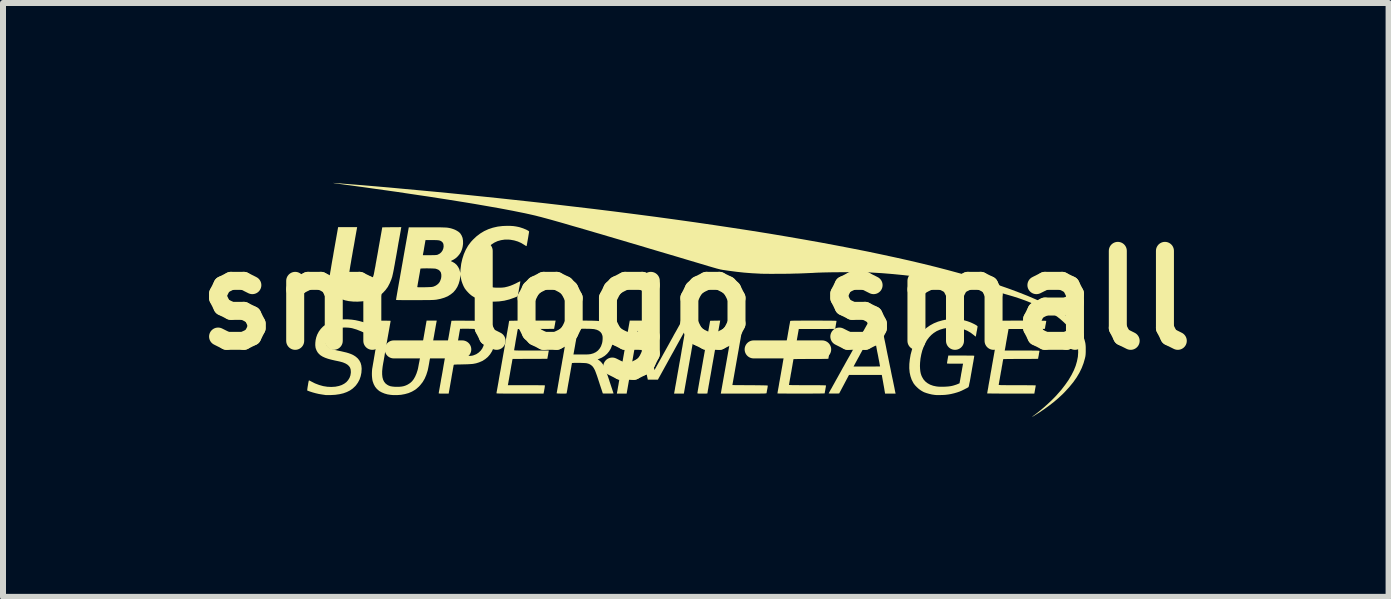
<source format=kicad_pcb>
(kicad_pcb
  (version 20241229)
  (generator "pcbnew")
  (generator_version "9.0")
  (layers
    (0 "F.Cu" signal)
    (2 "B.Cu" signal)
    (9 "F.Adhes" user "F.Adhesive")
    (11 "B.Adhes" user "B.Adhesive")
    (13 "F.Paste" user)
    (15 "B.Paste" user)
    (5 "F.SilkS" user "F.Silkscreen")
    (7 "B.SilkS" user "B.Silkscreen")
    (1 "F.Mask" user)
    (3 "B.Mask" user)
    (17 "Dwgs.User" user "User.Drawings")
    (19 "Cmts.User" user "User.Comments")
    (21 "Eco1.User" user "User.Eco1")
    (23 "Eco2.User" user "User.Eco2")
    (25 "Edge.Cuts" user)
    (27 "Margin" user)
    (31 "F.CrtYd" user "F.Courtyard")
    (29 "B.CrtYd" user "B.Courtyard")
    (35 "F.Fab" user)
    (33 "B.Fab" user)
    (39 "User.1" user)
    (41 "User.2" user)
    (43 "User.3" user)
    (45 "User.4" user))
  (footprint "sm_logo_small"
    (layer "F.Cu")
    (at 8.55 1.954)
    (property "Reference" "sm_logo_small" (at 0 0 0) (layer "F.SilkS") (effects (font (size 1.5 1.5) (thickness 0.3))))
    (attr board_only exclude_from_pos_files exclude_from_bom)
    (fp_poly (pts (xy 0.798 0.351) (xy 0.797 0.357) (xy 0.794 0.37) (xy 0.791 0.391) (xy 0.786 0.42) (xy 0.78 0.454) (xy 0.772 0.495) (xy 0.764 0.541) (xy 0.755 0.592) (xy 0.746 0.647) (xy 0.735 0.706) (xy 0.724 0.768) (xy 0.713 0.833) (xy 0.703 0.888) (xy 0.61 1.416) (xy 0.906 1.418) (xy 0.964 1.418) (xy 1.015 1.419) (xy 1.058 1.419) (xy 1.094 1.42) (xy 1.123 1.42) (xy 1.147 1.421) (xy 1.165 1.421) (xy 1.179 1.422) (xy 1.189 1.423) (xy 1.196 1.424) (xy 1.199 1.425) (xy 1.2 1.426) (xy 1.201 1.427) (xy 1.199 1.436) (xy 1.197 1.451) (xy 1.194 1.47) (xy 1.19 1.49) (xy 1.186 1.511) (xy 1.183 1.529) (xy 1.181 1.543) (xy 1.179 1.55) (xy 1.179 1.55) (xy 1.178 1.552) (xy 1.176 1.553) (xy 1.173 1.554) (xy 1.167 1.555) (xy 1.159 1.555) (xy 1.148 1.556) (xy 1.132 1.557) (xy 1.113 1.557) (xy 1.088 1.557) (xy 1.058 1.558) (xy 1.023 1.558) (xy 0.98 1.558) (xy 0.931 1.558) (xy 0.874 1.558) (xy 0.809 1.558) (xy 0.797 1.558) (xy 0.417 1.558) (xy 0.525 0.95) (xy 0.632 0.341) (xy 0.716 0.341) (xy 0.8 0.341)) (stroke (width 0) (type solid)) (fill yes) (layer "F.SilkS"))
    (fp_poly (pts (xy 0.405 0.351) (xy 0.404 0.356) (xy 0.402 0.37) (xy 0.398 0.39) (xy 0.393 0.418) (xy 0.387 0.451) (xy 0.38 0.491) (xy 0.372 0.535) (xy 0.364 0.583) (xy 0.354 0.635) (xy 0.345 0.691) (xy 0.334 0.749) (xy 0.324 0.809) (xy 0.313 0.871) (xy 0.302 0.933) (xy 0.291 0.995) (xy 0.28 1.057) (xy 0.269 1.118) (xy 0.259 1.178) (xy 0.249 1.235) (xy 0.239 1.29) (xy 0.23 1.341) (xy 0.222 1.388) (xy 0.214 1.43) (xy 0.208 1.468) (xy 0.202 1.499) (xy 0.198 1.525) (xy 0.195 1.543) (xy 0.193 1.553) (xy 0.193 1.556) (xy 0.188 1.557) (xy 0.177 1.557) (xy 0.159 1.558) (xy 0.137 1.558) (xy 0.111 1.558) (xy 0.109 1.558) (xy 0.08 1.558) (xy 0.059 1.558) (xy 0.044 1.557) (xy 0.035 1.556) (xy 0.029 1.555) (xy 0.027 1.553) (xy 0.027 1.55) (xy 0.027 1.545) (xy 0.03 1.532) (xy 0.033 1.511) (xy 0.038 1.483) (xy 0.044 1.448) (xy 0.051 1.408) (xy 0.059 1.361) (xy 0.068 1.31) (xy 0.078 1.253) (xy 0.089 1.193) (xy 0.1 1.129) (xy 0.112 1.062) (xy 0.124 0.992) (xy 0.133 0.943) (xy 0.239 0.344) (xy 0.323 0.342) (xy 0.407 0.341)) (stroke (width 0) (type solid)) (fill yes) (layer "F.SilkS"))
    (fp_poly (pts (xy -4.912 -1.205) (xy -4.913 -1.199) (xy -4.916 -1.185) (xy -4.919 -1.163) (xy -4.924 -1.135) (xy -4.93 -1.101) (xy -4.937 -1.062) (xy -4.945 -1.018) (xy -4.954 -0.97) (xy -4.963 -0.919) (xy -4.972 -0.865) (xy -4.978 -0.831) (xy -4.99 -0.762) (xy -5.001 -0.701) (xy -5.011 -0.647) (xy -5.019 -0.599) (xy -5.027 -0.558) (xy -5.033 -0.523) (xy -5.039 -0.493) (xy -5.044 -0.467) (xy -5.049 -0.445) (xy -5.053 -0.426) (xy -5.057 -0.41) (xy -5.06 -0.395) (xy -5.064 -0.382) (xy -5.068 -0.37) (xy -5.072 -0.358) (xy -5.075 -0.348) (xy -5.103 -0.281) (xy -5.135 -0.22) (xy -5.174 -0.167) (xy -5.219 -0.119) (xy -5.269 -0.079) (xy -5.324 -0.045) (xy -5.386 -0.018) (xy -5.452 0.002) (xy -5.492 0.011) (xy -5.563 0.02) (xy -5.637 0.025) (xy -5.711 0.024) (xy -5.718 0.023) (xy -5.786 0.016) (xy -5.848 0.003) (xy -5.904 -0.016) (xy -5.953 -0.04) (xy -5.995 -0.07) (xy -6.03 -0.105) (xy -6.059 -0.146) (xy -6.081 -0.193) (xy -6.092 -0.23) (xy -6.097 -0.257) (xy -6.101 -0.29) (xy -6.104 -0.326) (xy -6.104 -0.362) (xy -6.103 -0.397) (xy -6.101 -0.418) (xy -6.1 -0.428) (xy -6.097 -0.446) (xy -6.093 -0.472) (xy -6.087 -0.504) (xy -6.081 -0.541) (xy -6.074 -0.584) (xy -6.066 -0.631) (xy -6.057 -0.682) (xy -6.047 -0.736) (xy -6.038 -0.792) (xy -6.03 -0.837) (xy -5.963 -1.217) (xy -5.804 -1.217) (xy -5.645 -1.217) (xy -5.648 -1.207) (xy -5.649 -1.201) (xy -5.651 -1.187) (xy -5.655 -1.166) (xy -5.66 -1.139) (xy -5.666 -1.105) (xy -5.673 -1.066) (xy -5.681 -1.022) (xy -5.689 -0.974) (xy -5.698 -0.922) (xy -5.708 -0.868) (xy -5.716 -0.825) (xy -5.728 -0.753) (xy -5.74 -0.688) (xy -5.749 -0.631) (xy -5.758 -0.582) (xy -5.765 -0.538) (xy -5.771 -0.5) (xy -5.776 -0.468) (xy -5.78 -0.44) (xy -5.782 -0.416) (xy -5.784 -0.396) (xy -5.785 -0.379) (xy -5.785 -0.364) (xy -5.785 -0.351) (xy -5.784 -0.339) (xy -5.782 -0.328) (xy -5.781 -0.323) (xy -5.772 -0.29) (xy -5.757 -0.262) (xy -5.736 -0.241) (xy -5.71 -0.226) (xy -5.677 -0.216) (xy -5.637 -0.211) (xy -5.615 -0.21) (xy -5.568 -0.213) (xy -5.526 -0.222) (xy -5.49 -0.237) (xy -5.458 -0.259) (xy -5.43 -0.288) (xy -5.407 -0.324) (xy -5.388 -0.367) (xy -5.371 -0.419) (xy -5.367 -0.435) (xy -5.365 -0.447) (xy -5.361 -0.467) (xy -5.356 -0.494) (xy -5.35 -0.527) (xy -5.342 -0.565) (xy -5.335 -0.609) (xy -5.326 -0.657) (xy -5.317 -0.708) (xy -5.307 -0.762) (xy -5.297 -0.818) (xy -5.292 -0.849) (xy -5.227 -1.214) (xy -5.068 -1.216) (xy -4.909 -1.217)) (stroke (width 0) (type solid)) (fill yes) (layer "F.SilkS"))
    (fp_poly (pts (xy 3.04 0.342) (xy 3.057 0.342) (xy 3.069 0.343) (xy 3.076 0.344) (xy 3.08 0.345) (xy 3.082 0.348) (xy 3.083 0.351) (xy 3.083 0.351) (xy 3.084 0.357) (xy 3.087 0.37) (xy 3.091 0.391) (xy 3.097 0.419) (xy 3.104 0.454) (xy 3.113 0.495) (xy 3.122 0.541) (xy 3.133 0.592) (xy 3.144 0.648) (xy 3.157 0.708) (xy 3.17 0.772) (xy 3.183 0.839) (xy 3.197 0.908) (xy 3.206 0.95) (xy 3.22 1.02) (xy 3.234 1.088) (xy 3.248 1.154) (xy 3.26 1.216) (xy 3.272 1.274) (xy 3.284 1.329) (xy 3.294 1.378) (xy 3.303 1.422) (xy 3.311 1.46) (xy 3.317 1.492) (xy 3.322 1.518) (xy 3.326 1.536) (xy 3.328 1.546) (xy 3.329 1.548) (xy 3.331 1.558) (xy 3.244 1.558) (xy 3.156 1.558) (xy 3.151 1.531) (xy 3.149 1.519) (xy 3.146 1.501) (xy 3.142 1.476) (xy 3.137 1.447) (xy 3.131 1.415) (xy 3.125 1.381) (xy 3.124 1.375) (xy 3.101 1.247) (xy 2.827 1.247) (xy 2.554 1.247) (xy 2.472 1.402) (xy 2.39 1.556) (xy 2.302 1.557) (xy 2.271 1.557) (xy 2.247 1.557) (xy 2.229 1.556) (xy 2.218 1.555) (xy 2.215 1.554) (xy 2.217 1.55) (xy 2.224 1.538) (xy 2.234 1.52) (xy 2.247 1.495) (xy 2.265 1.465) (xy 2.285 1.428) (xy 2.308 1.387) (xy 2.333 1.341) (xy 2.362 1.29) (xy 2.392 1.236) (xy 2.424 1.178) (xy 2.458 1.116) (xy 2.464 1.107) (xy 2.63 1.107) (xy 2.851 1.107) (xy 2.894 1.107) (xy 2.934 1.107) (xy 2.971 1.107) (xy 3.003 1.106) (xy 3.03 1.106) (xy 3.051 1.106) (xy 3.065 1.105) (xy 3.072 1.105) (xy 3.072 1.104) (xy 3.071 1.1) (xy 3.069 1.087) (xy 3.065 1.068) (xy 3.061 1.043) (xy 3.055 1.012) (xy 3.048 0.978) (xy 3.041 0.939) (xy 3.033 0.898) (xy 3.024 0.856) (xy 3.016 0.812) (xy 3.008 0.768) (xy 2.999 0.725) (xy 2.991 0.684) (xy 2.984 0.645) (xy 2.977 0.609) (xy 2.97 0.578) (xy 2.965 0.551) (xy 2.961 0.53) (xy 2.958 0.516) (xy 2.957 0.509) (xy 2.957 0.509) (xy 2.955 0.513) (xy 2.949 0.523) (xy 2.939 0.54) (xy 2.927 0.563) (xy 2.912 0.59) (xy 2.895 0.621) (xy 2.876 0.656) (xy 2.855 0.694) (xy 2.833 0.734) (xy 2.811 0.775) (xy 2.788 0.816) (xy 2.765 0.858) (xy 2.743 0.898) (xy 2.722 0.938) (xy 2.701 0.975) (xy 2.683 1.009) (xy 2.666 1.04) (xy 2.653 1.064) (xy 2.63 1.107) (xy 2.464 1.107) (xy 2.494 1.052) (xy 2.531 0.986) (xy 2.554 0.946) (xy 2.891 0.342) (xy 2.986 0.342) (xy 3.017 0.341)) (stroke (width 0) (type solid)) (fill yes) (layer "F.SilkS"))
    (fp_poly (pts (xy -4.321 0.353) (xy -4.322 0.359) (xy -4.325 0.373) (xy -4.329 0.395) (xy -4.334 0.423) (xy -4.34 0.457) (xy -4.347 0.497) (xy -4.355 0.541) (xy -4.363 0.589) (xy -4.373 0.642) (xy -4.382 0.697) (xy -4.392 0.751) (xy -4.402 0.808) (xy -4.412 0.865) (xy -4.422 0.919) (xy -4.431 0.969) (xy -4.44 1.016) (xy -4.447 1.058) (xy -4.454 1.096) (xy -4.46 1.127) (xy -4.465 1.151) (xy -4.469 1.169) (xy -4.471 1.177) (xy -4.493 1.246) (xy -4.52 1.309) (xy -4.553 1.365) (xy -4.593 1.416) (xy -4.618 1.443) (xy -4.636 1.459) (xy -4.655 1.476) (xy -4.673 1.49) (xy -4.682 1.496) (xy -4.732 1.525) (xy -4.788 1.549) (xy -4.849 1.566) (xy -4.914 1.578) (xy -4.982 1.583) (xy -5.051 1.582) (xy -5.087 1.579) (xy -5.139 1.571) (xy -5.189 1.557) (xy -5.235 1.538) (xy -5.275 1.516) (xy -5.283 1.51) (xy -5.318 1.479) (xy -5.347 1.443) (xy -5.37 1.4) (xy -5.387 1.352) (xy -5.392 1.329) (xy -5.396 1.299) (xy -5.399 1.265) (xy -5.4 1.229) (xy -5.399 1.194) (xy -5.397 1.163) (xy -5.396 1.153) (xy -5.395 1.144) (xy -5.392 1.127) (xy -5.388 1.104) (xy -5.383 1.074) (xy -5.377 1.04) (xy -5.37 1) (xy -5.363 0.957) (xy -5.355 0.911) (xy -5.347 0.863) (xy -5.338 0.812) (xy -5.329 0.761) (xy -5.32 0.71) (xy -5.311 0.659) (xy -5.302 0.61) (xy -5.294 0.562) (xy -5.286 0.518) (xy -5.279 0.476) (xy -5.272 0.439) (xy -5.266 0.407) (xy -5.261 0.381) (xy -5.258 0.361) (xy -5.255 0.348) (xy -5.254 0.342) (xy -5.254 0.342) (xy -5.249 0.342) (xy -5.238 0.342) (xy -5.22 0.342) (xy -5.197 0.342) (xy -5.171 0.342) (xy -5.17 0.342) (xy -5.087 0.344) (xy -5.152 0.709) (xy -5.162 0.766) (xy -5.171 0.821) (xy -5.181 0.874) (xy -5.189 0.924) (xy -5.197 0.97) (xy -5.204 1.012) (xy -5.211 1.048) (xy -5.216 1.078) (xy -5.22 1.102) (xy -5.222 1.118) (xy -5.223 1.124) (xy -5.229 1.184) (xy -5.229 1.238) (xy -5.224 1.285) (xy -5.213 1.326) (xy -5.196 1.36) (xy -5.174 1.388) (xy -5.171 1.39) (xy -5.147 1.409) (xy -5.12 1.424) (xy -5.09 1.435) (xy -5.054 1.441) (xy -5.011 1.445) (xy -4.982 1.445) (xy -4.938 1.444) (xy -4.9 1.44) (xy -4.866 1.433) (xy -4.834 1.422) (xy -4.804 1.408) (xy -4.766 1.384) (xy -4.732 1.354) (xy -4.703 1.317) (xy -4.678 1.273) (xy -4.656 1.222) (xy -4.637 1.163) (xy -4.635 1.154) (xy -4.632 1.143) (xy -4.628 1.123) (xy -4.623 1.096) (xy -4.617 1.063) (xy -4.609 1.024) (xy -4.601 0.98) (xy -4.592 0.932) (xy -4.583 0.88) (xy -4.573 0.825) (xy -4.563 0.768) (xy -4.555 0.723) (xy -4.488 0.341) (xy -4.403 0.341) (xy -4.319 0.341)) (stroke (width 0) (type solid)) (fill yes) (layer "F.SilkS"))
    (fp_poly (pts (xy -2.339 0.353) (xy -2.341 0.362) (xy -2.344 0.378) (xy -2.347 0.397) (xy -2.351 0.42) (xy -2.352 0.422) (xy -2.362 0.479) (xy -2.664 0.48) (xy -2.967 0.481) (xy -2.969 0.491) (xy -2.971 0.5) (xy -2.974 0.515) (xy -2.978 0.537) (xy -2.982 0.563) (xy -2.987 0.592) (xy -2.993 0.625) (xy -2.999 0.658) (xy -3.005 0.691) (xy -3.01 0.724) (xy -3.015 0.754) (xy -3.02 0.781) (xy -3.024 0.804) (xy -3.027 0.821) (xy -3.028 0.831) (xy -3.028 0.833) (xy -3.028 0.834) (xy -3.026 0.836) (xy -3.022 0.837) (xy -3.015 0.838) (xy -3.005 0.838) (xy -2.991 0.839) (xy -2.972 0.839) (xy -2.948 0.84) (xy -2.919 0.84) (xy -2.883 0.84) (xy -2.84 0.84) (xy -2.79 0.84) (xy -2.739 0.84) (xy -2.45 0.84) (xy -2.453 0.854) (xy -2.455 0.864) (xy -2.458 0.88) (xy -2.461 0.901) (xy -2.465 0.923) (xy -2.465 0.923) (xy -2.475 0.978) (xy -2.765 0.979) (xy -3.054 0.98) (xy -3.057 0.99) (xy -3.058 0.996) (xy -3.061 1.01) (xy -3.064 1.031) (xy -3.069 1.058) (xy -3.075 1.089) (xy -3.081 1.125) (xy -3.088 1.164) (xy -3.094 1.199) (xy -3.101 1.24) (xy -3.108 1.279) (xy -3.114 1.314) (xy -3.12 1.345) (xy -3.124 1.371) (xy -3.128 1.39) (xy -3.13 1.403) (xy -3.131 1.408) (xy -3.134 1.418) (xy -2.826 1.418) (xy -2.775 1.418) (xy -2.726 1.418) (xy -2.681 1.418) (xy -2.64 1.418) (xy -2.603 1.419) (xy -2.572 1.419) (xy -2.547 1.419) (xy -2.529 1.42) (xy -2.518 1.42) (xy -2.516 1.42) (xy -2.516 1.425) (xy -2.517 1.436) (xy -2.519 1.453) (xy -2.522 1.473) (xy -2.526 1.493) (xy -2.529 1.514) (xy -2.533 1.532) (xy -2.536 1.546) (xy -2.536 1.548) (xy -2.538 1.558) (xy -2.932 1.558) (xy -2.999 1.558) (xy -3.059 1.558) (xy -3.111 1.558) (xy -3.155 1.558) (xy -3.193 1.558) (xy -3.225 1.557) (xy -3.251 1.557) (xy -3.272 1.557) (xy -3.289 1.556) (xy -3.302 1.556) (xy -3.311 1.555) (xy -3.317 1.554) (xy -3.321 1.553) (xy -3.323 1.552) (xy -3.323 1.551) (xy -3.323 1.55) (xy -3.322 1.545) (xy -3.32 1.531) (xy -3.316 1.51) (xy -3.311 1.482) (xy -3.305 1.449) (xy -3.298 1.409) (xy -3.29 1.365) (xy -3.282 1.316) (xy -3.273 1.264) (xy -3.263 1.208) (xy -3.252 1.15) (xy -3.242 1.09) (xy -3.231 1.028) (xy -3.22 0.966) (xy -3.209 0.903) (xy -3.198 0.841) (xy -3.187 0.78) (xy -3.177 0.721) (xy -3.167 0.664) (xy -3.157 0.609) (xy -3.149 0.558) (xy -3.14 0.511) (xy -3.133 0.469) (xy -3.126 0.432) (xy -3.121 0.401) (xy -3.117 0.376) (xy -3.114 0.358) (xy -3.112 0.348) (xy -3.112 0.345) (xy -3.107 0.345) (xy -3.095 0.344) (xy -3.074 0.343) (xy -3.045 0.343) (xy -3.01 0.342) (xy -2.967 0.342) (xy -2.918 0.342) (xy -2.862 0.342) (xy -2.801 0.341) (xy -2.734 0.341) (xy -2.724 0.341) (xy -2.337 0.341)) (stroke (width 0) (type solid)) (fill yes) (layer "F.SilkS"))
    (fp_poly (pts (xy 0.011 0.371) (xy 0.01 0.379) (xy 0.007 0.395) (xy 0.003 0.418) (xy -0.003 0.449) (xy -0.009 0.486) (xy -0.017 0.529) (xy -0.026 0.577) (xy -0.035 0.63) (xy -0.045 0.688) (xy -0.056 0.75) (xy -0.068 0.814) (xy -0.079 0.882) (xy -0.092 0.952) (xy -0.097 0.979) (xy -0.199 1.558) (xy -0.28 1.558) (xy -0.362 1.558) (xy -0.36 1.548) (xy -0.358 1.535) (xy -0.354 1.515) (xy -0.349 1.489) (xy -0.344 1.456) (xy -0.337 1.418) (xy -0.329 1.375) (xy -0.321 1.328) (xy -0.312 1.277) (xy -0.303 1.224) (xy -0.293 1.169) (xy -0.283 1.112) (xy -0.273 1.054) (xy -0.262 0.995) (xy -0.252 0.938) (xy -0.242 0.881) (xy -0.233 0.825) (xy -0.223 0.773) (xy -0.215 0.723) (xy -0.207 0.676) (xy -0.199 0.634) (xy -0.193 0.596) (xy -0.187 0.564) (xy -0.183 0.539) (xy -0.18 0.52) (xy -0.178 0.508) (xy -0.177 0.504) (xy -0.179 0.508) (xy -0.186 0.519) (xy -0.195 0.536) (xy -0.209 0.56) (xy -0.225 0.589) (xy -0.244 0.623) (xy -0.266 0.663) (xy -0.29 0.706) (xy -0.316 0.753) (xy -0.344 0.804) (xy -0.373 0.857) (xy -0.404 0.912) (xy -0.405 0.914) (xy -0.632 1.326) (xy -0.716 1.326) (xy -0.8 1.326) (xy -0.804 1.307) (xy -0.805 1.3) (xy -0.809 1.286) (xy -0.813 1.263) (xy -0.819 1.234) (xy -0.826 1.2) (xy -0.834 1.159) (xy -0.843 1.114) (xy -0.853 1.065) (xy -0.863 1.012) (xy -0.874 0.957) (xy -0.886 0.899) (xy -0.886 0.896) (xy -0.898 0.839) (xy -0.909 0.785) (xy -0.919 0.734) (xy -0.929 0.686) (xy -0.938 0.643) (xy -0.946 0.605) (xy -0.953 0.573) (xy -0.959 0.547) (xy -0.963 0.527) (xy -0.966 0.515) (xy -0.967 0.511) (xy -0.968 0.511) (xy -0.969 0.516) (xy -0.971 0.53) (xy -0.975 0.55) (xy -0.98 0.578) (xy -0.986 0.613) (xy -0.993 0.653) (xy -1.002 0.698) (xy -1.011 0.749) (xy -1.02 0.804) (xy -1.031 0.863) (xy -1.042 0.925) (xy -1.053 0.989) (xy -1.062 1.038) (xy -1.153 1.558) (xy -1.235 1.558) (xy -1.316 1.558) (xy -1.311 1.528) (xy -1.309 1.521) (xy -1.306 1.505) (xy -1.302 1.481) (xy -1.297 1.451) (xy -1.29 1.414) (xy -1.283 1.371) (xy -1.274 1.322) (xy -1.265 1.269) (xy -1.255 1.211) (xy -1.244 1.15) (xy -1.232 1.085) (xy -1.22 1.017) (xy -1.208 0.948) (xy -1.203 0.92) (xy -1.101 0.341) (xy -0.977 0.341) (xy -0.945 0.341) (xy -0.916 0.341) (xy -0.892 0.342) (xy -0.872 0.342) (xy -0.859 0.342) (xy -0.853 0.342) (xy -0.853 0.342) (xy -0.852 0.347) (xy -0.85 0.359) (xy -0.846 0.379) (xy -0.841 0.405) (xy -0.834 0.438) (xy -0.826 0.477) (xy -0.818 0.52) (xy -0.808 0.568) (xy -0.798 0.62) (xy -0.787 0.675) (xy -0.775 0.733) (xy -0.771 0.755) (xy -0.689 1.166) (xy -0.558 0.93) (xy -0.531 0.881) (xy -0.502 0.829) (xy -0.472 0.775) (xy -0.442 0.721) (xy -0.413 0.668) (xy -0.385 0.618) (xy -0.36 0.571) (xy -0.337 0.531) (xy -0.33 0.519) (xy -0.233 0.344) (xy -0.108 0.342) (xy 0.017 0.341)) (stroke (width 0) (type solid)) (fill yes) (layer "F.SilkS"))
    (fp_poly (pts (xy -5.803 0.32) (xy -5.737 0.325) (xy -5.673 0.334) (xy -5.628 0.344) (xy -5.603 0.35) (xy -5.578 0.357) (xy -5.555 0.363) (xy -5.534 0.369) (xy -5.518 0.375) (xy -5.507 0.379) (xy -5.505 0.38) (xy -5.505 0.385) (xy -5.506 0.397) (xy -5.508 0.413) (xy -5.511 0.434) (xy -5.515 0.456) (xy -5.518 0.479) (xy -5.522 0.5) (xy -5.525 0.518) (xy -5.528 0.531) (xy -5.529 0.537) (xy -5.534 0.538) (xy -5.546 0.535) (xy -5.565 0.527) (xy -5.572 0.523) (xy -5.652 0.491) (xy -5.729 0.468) (xy -5.756 0.463) (xy -5.789 0.459) (xy -5.826 0.457) (xy -5.865 0.457) (xy -5.902 0.458) (xy -5.936 0.46) (xy -5.964 0.465) (xy -5.967 0.465) (xy -6.009 0.478) (xy -6.049 0.496) (xy -6.084 0.518) (xy -6.113 0.543) (xy -6.136 0.571) (xy -6.145 0.587) (xy -6.159 0.622) (xy -6.168 0.658) (xy -6.171 0.692) (xy -6.168 0.723) (xy -6.16 0.746) (xy -6.151 0.763) (xy -6.14 0.776) (xy -6.125 0.788) (xy -6.104 0.799) (xy -6.103 0.8) (xy -6.088 0.807) (xy -6.073 0.813) (xy -6.055 0.819) (xy -6.034 0.825) (xy -6.008 0.832) (xy -5.977 0.839) (xy -5.939 0.847) (xy -5.919 0.851) (xy -5.868 0.863) (xy -5.825 0.873) (xy -5.788 0.884) (xy -5.757 0.895) (xy -5.73 0.906) (xy -5.705 0.919) (xy -5.683 0.933) (xy -5.668 0.943) (xy -5.634 0.973) (xy -5.608 1.007) (xy -5.588 1.046) (xy -5.576 1.089) (xy -5.571 1.137) (xy -5.571 1.151) (xy -5.575 1.211) (xy -5.587 1.269) (xy -5.606 1.324) (xy -5.633 1.375) (xy -5.666 1.421) (xy -5.678 1.434) (xy -5.719 1.473) (xy -5.766 1.506) (xy -5.818 1.532) (xy -5.876 1.553) (xy -5.94 1.568) (xy -6.01 1.578) (xy -6.081 1.582) (xy -6.107 1.582) (xy -6.131 1.582) (xy -6.151 1.582) (xy -6.165 1.582) (xy -6.171 1.582) (xy -6.231 1.573) (xy -6.285 1.564) (xy -6.337 1.552) (xy -6.388 1.538) (xy -6.416 1.529) (xy -6.437 1.522) (xy -6.456 1.515) (xy -6.469 1.51) (xy -6.477 1.507) (xy -6.478 1.506) (xy -6.478 1.501) (xy -6.477 1.489) (xy -6.475 1.472) (xy -6.472 1.451) (xy -6.468 1.428) (xy -6.464 1.405) (xy -6.461 1.383) (xy -6.457 1.365) (xy -6.454 1.35) (xy -6.452 1.343) (xy -6.449 1.34) (xy -6.445 1.339) (xy -6.437 1.342) (xy -6.424 1.349) (xy -6.413 1.355) (xy -6.348 1.388) (xy -6.28 1.414) (xy -6.212 1.433) (xy -6.143 1.444) (xy -6.076 1.447) (xy -6.01 1.443) (xy -5.95 1.431) (xy -5.903 1.415) (xy -5.861 1.393) (xy -5.825 1.366) (xy -5.796 1.333) (xy -5.773 1.296) (xy -5.758 1.255) (xy -5.751 1.21) (xy -5.751 1.192) (xy -5.754 1.156) (xy -5.764 1.125) (xy -5.782 1.099) (xy -5.807 1.076) (xy -5.836 1.058) (xy -5.852 1.051) (xy -5.868 1.044) (xy -5.886 1.037) (xy -5.908 1.031) (xy -5.933 1.024) (xy -5.965 1.017) (xy -6.004 1.009) (xy -6.014 1.007) (xy -6.078 0.992) (xy -6.133 0.977) (xy -6.181 0.96) (xy -6.222 0.941) (xy -6.256 0.92) (xy -6.283 0.896) (xy -6.305 0.87) (xy -6.322 0.84) (xy -6.335 0.807) (xy -6.34 0.788) (xy -6.344 0.751) (xy -6.343 0.71) (xy -6.338 0.666) (xy -6.328 0.621) (xy -6.313 0.579) (xy -6.311 0.573) (xy -6.285 0.524) (xy -6.252 0.479) (xy -6.213 0.439) (xy -6.167 0.404) (xy -6.115 0.374) (xy -6.058 0.35) (xy -6.039 0.344) (xy -5.987 0.331) (xy -5.93 0.323) (xy -5.867 0.32)) (stroke (width 0) (type solid)) (fill yes) (layer "F.SilkS"))
    (fp_poly (pts (xy -3.924 0.342) (xy -3.872 0.342) (xy -3.835 0.343) (xy -3.781 0.343) (xy -3.734 0.343) (xy -3.695 0.344) (xy -3.663 0.345) (xy -3.635 0.345) (xy -3.612 0.347) (xy -3.593 0.348) (xy -3.577 0.35) (xy -3.563 0.352) (xy -3.551 0.355) (xy -3.539 0.359) (xy -3.526 0.363) (xy -3.512 0.368) (xy -3.509 0.369) (xy -3.466 0.388) (xy -3.429 0.413) (xy -3.397 0.444) (xy -3.378 0.469) (xy -3.361 0.502) (xy -3.349 0.54) (xy -3.342 0.583) (xy -3.34 0.629) (xy -3.343 0.672) (xy -3.355 0.739) (xy -3.374 0.8) (xy -3.399 0.855) (xy -3.43 0.904) (xy -3.467 0.947) (xy -3.51 0.983) (xy -3.559 1.014) (xy -3.615 1.038) (xy -3.632 1.043) (xy -3.653 1.05) (xy -3.674 1.055) (xy -3.695 1.059) (xy -3.718 1.063) (xy -3.744 1.065) (xy -3.773 1.067) (xy -3.808 1.069) (xy -3.85 1.07) (xy -3.891 1.071) (xy -3.93 1.072) (xy -3.962 1.072) (xy -3.986 1.073) (xy -4.004 1.074) (xy -4.017 1.074) (xy -4.026 1.075) (xy -4.031 1.077) (xy -4.034 1.078) (xy -4.036 1.081) (xy -4.036 1.083) (xy -4.038 1.089) (xy -4.04 1.102) (xy -4.044 1.123) (xy -4.049 1.15) (xy -4.054 1.182) (xy -4.061 1.219) (xy -4.068 1.259) (xy -4.075 1.302) (xy -4.079 1.325) (xy -4.12 1.558) (xy -4.204 1.558) (xy -4.233 1.558) (xy -4.255 1.558) (xy -4.269 1.557) (xy -4.279 1.556) (xy -4.284 1.555) (xy -4.286 1.553) (xy -4.286 1.55) (xy -4.286 1.55) (xy -4.285 1.545) (xy -4.283 1.531) (xy -4.279 1.51) (xy -4.274 1.482) (xy -4.268 1.449) (xy -4.261 1.409) (xy -4.253 1.365) (xy -4.245 1.316) (xy -4.235 1.264) (xy -4.225 1.208) (xy -4.215 1.15) (xy -4.205 1.09) (xy -4.194 1.028) (xy -4.183 0.966) (xy -4.176 0.929) (xy -4.009 0.929) (xy -4.004 0.93) (xy -3.993 0.931) (xy -3.974 0.931) (xy -3.95 0.931) (xy -3.921 0.932) (xy -3.889 0.931) (xy -3.872 0.931) (xy -3.833 0.931) (xy -3.802 0.93) (xy -3.778 0.929) (xy -3.758 0.929) (xy -3.744 0.928) (xy -3.732 0.926) (xy -3.722 0.924) (xy -3.713 0.922) (xy -3.705 0.919) (xy -3.66 0.901) (xy -3.621 0.875) (xy -3.587 0.843) (xy -3.56 0.806) (xy -3.54 0.763) (xy -3.53 0.729) (xy -3.521 0.682) (xy -3.52 0.638) (xy -3.525 0.6) (xy -3.538 0.566) (xy -3.557 0.537) (xy -3.583 0.514) (xy -3.616 0.496) (xy -3.655 0.485) (xy -3.662 0.483) (xy -3.681 0.481) (xy -3.708 0.479) (xy -3.743 0.478) (xy -3.786 0.477) (xy -3.813 0.477) (xy -3.844 0.477) (xy -3.872 0.477) (xy -3.895 0.477) (xy -3.914 0.478) (xy -3.926 0.478) (xy -3.93 0.478) (xy -3.93 0.478) (xy -3.931 0.483) (xy -3.933 0.495) (xy -3.936 0.514) (xy -3.941 0.539) (xy -3.946 0.57) (xy -3.952 0.605) (xy -3.959 0.645) (xy -3.967 0.687) (xy -3.969 0.702) (xy -3.977 0.745) (xy -3.984 0.786) (xy -3.99 0.823) (xy -3.996 0.856) (xy -4.001 0.884) (xy -4.005 0.906) (xy -4.007 0.921) (xy -4.009 0.928) (xy -4.009 0.929) (xy -4.176 0.929) (xy -4.172 0.903) (xy -4.161 0.841) (xy -4.15 0.78) (xy -4.14 0.721) (xy -4.13 0.663) (xy -4.12 0.609) (xy -4.111 0.558) (xy -4.103 0.511) (xy -4.096 0.469) (xy -4.089 0.432) (xy -4.084 0.4) (xy -4.079 0.376) (xy -4.076 0.358) (xy -4.075 0.347) (xy -4.074 0.345) (xy -4.07 0.344) (xy -4.057 0.343) (xy -4.036 0.343) (xy -4.007 0.342) (xy -3.969 0.342)) (stroke (width 0) (type solid)) (fill yes) (layer "F.SilkS"))
    (fp_poly (pts (xy 5.527 0.341) (xy 5.588 0.341) (xy 5.641 0.342) (xy 5.687 0.342) (xy 5.726 0.342) (xy 5.758 0.342) (xy 5.785 0.343) (xy 5.805 0.343) (xy 5.821 0.344) (xy 5.832 0.345) (xy 5.839 0.345) (xy 5.842 0.346) (xy 5.842 0.347) (xy 5.842 0.353) (xy 5.84 0.366) (xy 5.837 0.384) (xy 5.833 0.406) (xy 5.831 0.413) (xy 5.827 0.436) (xy 5.824 0.455) (xy 5.822 0.469) (xy 5.821 0.477) (xy 5.82 0.478) (xy 5.816 0.478) (xy 5.804 0.479) (xy 5.784 0.48) (xy 5.758 0.48) (xy 5.726 0.48) (xy 5.688 0.481) (xy 5.646 0.481) (xy 5.6 0.481) (xy 5.551 0.481) (xy 5.517 0.481) (xy 5.214 0.481) (xy 5.184 0.651) (xy 5.177 0.689) (xy 5.171 0.724) (xy 5.166 0.756) (xy 5.161 0.784) (xy 5.157 0.806) (xy 5.154 0.821) (xy 5.152 0.83) (xy 5.152 0.83) (xy 5.15 0.84) (xy 5.439 0.84) (xy 5.497 0.84) (xy 5.546 0.84) (xy 5.588 0.84) (xy 5.623 0.841) (xy 5.651 0.841) (xy 5.674 0.841) (xy 5.692 0.842) (xy 5.706 0.842) (xy 5.716 0.843) (xy 5.722 0.844) (xy 5.726 0.845) (xy 5.728 0.846) (xy 5.729 0.848) (xy 5.729 0.848) (xy 5.728 0.855) (xy 5.726 0.869) (xy 5.722 0.887) (xy 5.719 0.909) (xy 5.718 0.915) (xy 5.714 0.936) (xy 5.71 0.955) (xy 5.708 0.969) (xy 5.707 0.976) (xy 5.707 0.977) (xy 5.702 0.978) (xy 5.69 0.978) (xy 5.671 0.979) (xy 5.644 0.979) (xy 5.612 0.979) (xy 5.575 0.98) (xy 5.533 0.98) (xy 5.488 0.98) (xy 5.439 0.98) (xy 5.416 0.98) (xy 5.366 0.98) (xy 5.319 0.98) (xy 5.276 0.981) (xy 5.236 0.981) (xy 5.202 0.981) (xy 5.172 0.982) (xy 5.15 0.982) (xy 5.134 0.983) (xy 5.126 0.983) (xy 5.125 0.984) (xy 5.124 0.988) (xy 5.122 1.001) (xy 5.118 1.021) (xy 5.114 1.046) (xy 5.109 1.077) (xy 5.102 1.112) (xy 5.096 1.151) (xy 5.088 1.193) (xy 5.087 1.197) (xy 5.08 1.239) (xy 5.073 1.278) (xy 5.067 1.314) (xy 5.061 1.346) (xy 5.057 1.372) (xy 5.053 1.393) (xy 5.051 1.406) (xy 5.05 1.412) (xy 5.05 1.412) (xy 5.052 1.414) (xy 5.057 1.414) (xy 5.067 1.415) (xy 5.081 1.416) (xy 5.1 1.417) (xy 5.125 1.417) (xy 5.156 1.417) (xy 5.194 1.418) (xy 5.239 1.418) (xy 5.292 1.418) (xy 5.353 1.418) (xy 5.359 1.418) (xy 5.41 1.418) (xy 5.458 1.418) (xy 5.503 1.418) (xy 5.545 1.419) (xy 5.581 1.419) (xy 5.612 1.419) (xy 5.637 1.42) (xy 5.654 1.42) (xy 5.665 1.421) (xy 5.667 1.421) (xy 5.667 1.426) (xy 5.665 1.439) (xy 5.662 1.457) (xy 5.658 1.478) (xy 5.656 1.491) (xy 5.644 1.558) (xy 5.251 1.558) (xy 5.193 1.558) (xy 5.138 1.558) (xy 5.086 1.558) (xy 5.037 1.557) (xy 4.994 1.557) (xy 4.955 1.557) (xy 4.921 1.556) (xy 4.895 1.556) (xy 4.875 1.556) (xy 4.862 1.555) (xy 4.858 1.555) (xy 4.858 1.555) (xy 4.858 1.55) (xy 4.861 1.537) (xy 4.864 1.517) (xy 4.869 1.49) (xy 4.875 1.457) (xy 4.881 1.418) (xy 4.889 1.374) (xy 4.898 1.325) (xy 4.907 1.273) (xy 4.916 1.218) (xy 4.927 1.16) (xy 4.937 1.1) (xy 4.948 1.038) (xy 4.959 0.976) (xy 4.97 0.914) (xy 4.981 0.851) (xy 4.992 0.79) (xy 5.002 0.73) (xy 5.013 0.673) (xy 5.022 0.618) (xy 5.031 0.567) (xy 5.04 0.52) (xy 5.047 0.477) (xy 5.054 0.439) (xy 5.06 0.407) (xy 5.064 0.382) (xy 5.068 0.363) (xy 5.07 0.352) (xy 5.07 0.349) (xy 5.071 0.348) (xy 5.073 0.347) (xy 5.076 0.345) (xy 5.082 0.345) (xy 5.09 0.344) (xy 5.102 0.343) (xy 5.117 0.343) (xy 5.136 0.342) (xy 5.161 0.342) (xy 5.19 0.342) (xy 5.226 0.342) (xy 5.268 0.341) (xy 5.317 0.341) (xy 5.373 0.341) (xy 5.438 0.341) (xy 5.458 0.341)) (stroke (width 0) (type solid)) (fill yes) (layer "F.SilkS"))
    (fp_poly (pts (xy -1.886 0.341) (xy -1.83 0.341) (xy -1.782 0.342) (xy -1.741 0.342) (xy -1.706 0.343) (xy -1.676 0.344) (xy -1.651 0.345) (xy -1.629 0.347) (xy -1.611 0.35) (xy -1.594 0.352) (xy -1.578 0.356) (xy -1.563 0.36) (xy -1.551 0.363) (xy -1.505 0.382) (xy -1.466 0.405) (xy -1.433 0.434) (xy -1.407 0.467) (xy -1.388 0.506) (xy -1.378 0.54) (xy -1.375 0.565) (xy -1.374 0.595) (xy -1.374 0.629) (xy -1.376 0.662) (xy -1.38 0.691) (xy -1.381 0.694) (xy -1.396 0.753) (xy -1.417 0.806) (xy -1.445 0.853) (xy -1.479 0.894) (xy -1.519 0.929) (xy -1.566 0.958) (xy -1.616 0.98) (xy -1.637 0.988) (xy -1.618 0.999) (xy -1.605 1.008) (xy -1.59 1.021) (xy -1.575 1.036) (xy -1.574 1.038) (xy -1.563 1.051) (xy -1.553 1.064) (xy -1.543 1.079) (xy -1.533 1.096) (xy -1.523 1.116) (xy -1.513 1.14) (xy -1.502 1.168) (xy -1.49 1.201) (xy -1.476 1.24) (xy -1.46 1.286) (xy -1.442 1.34) (xy -1.438 1.354) (xy -1.371 1.556) (xy -1.459 1.557) (xy -1.486 1.557) (xy -1.51 1.557) (xy -1.529 1.557) (xy -1.543 1.556) (xy -1.549 1.555) (xy -1.55 1.555) (xy -1.552 1.55) (xy -1.556 1.538) (xy -1.562 1.519) (xy -1.57 1.495) (xy -1.58 1.465) (xy -1.591 1.432) (xy -1.603 1.396) (xy -1.608 1.379) (xy -1.622 1.337) (xy -1.635 1.297) (xy -1.647 1.261) (xy -1.659 1.228) (xy -1.669 1.201) (xy -1.677 1.18) (xy -1.683 1.166) (xy -1.683 1.166) (xy -1.703 1.129) (xy -1.725 1.1) (xy -1.751 1.079) (xy -1.78 1.063) (xy -1.814 1.053) (xy -1.816 1.052) (xy -1.828 1.051) (xy -1.845 1.049) (xy -1.868 1.048) (xy -1.894 1.047) (xy -1.922 1.046) (xy -1.951 1.046) (xy -1.979 1.046) (xy -2.006 1.046) (xy -2.029 1.046) (xy -2.047 1.047) (xy -2.06 1.048) (xy -2.065 1.05) (xy -2.066 1.05) (xy -2.066 1.055) (xy -2.068 1.068) (xy -2.072 1.088) (xy -2.076 1.114) (xy -2.082 1.146) (xy -2.088 1.182) (xy -2.095 1.222) (xy -2.103 1.266) (xy -2.109 1.302) (xy -2.117 1.347) (xy -2.125 1.39) (xy -2.132 1.43) (xy -2.138 1.465) (xy -2.143 1.496) (xy -2.148 1.521) (xy -2.151 1.539) (xy -2.153 1.55) (xy -2.153 1.554) (xy -2.157 1.555) (xy -2.168 1.557) (xy -2.185 1.558) (xy -2.206 1.558) (xy -2.228 1.558) (xy -2.252 1.558) (xy -2.274 1.557) (xy -2.293 1.557) (xy -2.308 1.555) (xy -2.318 1.554) (xy -2.32 1.552) (xy -2.319 1.548) (xy -2.317 1.535) (xy -2.313 1.514) (xy -2.308 1.486) (xy -2.302 1.452) (xy -2.295 1.411) (xy -2.287 1.365) (xy -2.278 1.314) (xy -2.269 1.257) (xy -2.258 1.197) (xy -2.247 1.133) (xy -2.235 1.066) (xy -2.223 0.996) (xy -2.213 0.944) (xy -2.207 0.906) (xy -2.04 0.906) (xy -1.913 0.906) (xy -1.872 0.906) (xy -1.838 0.905) (xy -1.811 0.905) (xy -1.79 0.904) (xy -1.772 0.902) (xy -1.758 0.9) (xy -1.751 0.899) (xy -1.706 0.886) (xy -1.665 0.866) (xy -1.631 0.84) (xy -1.603 0.807) (xy -1.58 0.768) (xy -1.564 0.722) (xy -1.562 0.716) (xy -1.557 0.69) (xy -1.554 0.661) (xy -1.553 0.632) (xy -1.554 0.607) (xy -1.558 0.588) (xy -1.57 0.557) (xy -1.59 0.531) (xy -1.617 0.51) (xy -1.651 0.494) (xy -1.691 0.484) (xy -1.693 0.483) (xy -1.705 0.482) (xy -1.723 0.481) (xy -1.746 0.479) (xy -1.773 0.478) (xy -1.802 0.478) (xy -1.832 0.477) (xy -1.862 0.477) (xy -1.89 0.477) (xy -1.916 0.477) (xy -1.937 0.478) (xy -1.953 0.478) (xy -1.963 0.479) (xy -1.965 0.48) (xy -1.966 0.485) (xy -1.968 0.498) (xy -1.971 0.517) (xy -1.975 0.541) (xy -1.98 0.57) (xy -1.986 0.602) (xy -1.992 0.637) (xy -1.998 0.674) (xy -2.005 0.71) (xy -2.011 0.746) (xy -2.017 0.781) (xy -2.023 0.813) (xy -2.028 0.841) (xy -2.032 0.864) (xy -2.035 0.881) (xy -2.037 0.892) (xy -2.038 0.894) (xy -2.04 0.906) (xy -2.207 0.906) (xy -2.107 0.341)) (stroke (width 0) (type solid)) (fill yes) (layer "F.SilkS"))
    (fp_poly (pts (xy 4.339 0.322) (xy 4.377 0.323) (xy 4.411 0.326) (xy 4.441 0.33) (xy 4.47 0.335) (xy 4.499 0.343) (xy 4.53 0.352) (xy 4.532 0.353) (xy 4.561 0.363) (xy 4.589 0.374) (xy 4.617 0.387) (xy 4.642 0.399) (xy 4.664 0.411) (xy 4.682 0.422) (xy 4.693 0.432) (xy 4.698 0.439) (xy 4.698 0.441) (xy 4.697 0.448) (xy 4.694 0.461) (xy 4.691 0.481) (xy 4.687 0.504) (xy 4.682 0.527) (xy 4.678 0.552) (xy 4.674 0.574) (xy 4.671 0.592) (xy 4.668 0.603) (xy 4.667 0.608) (xy 4.663 0.606) (xy 4.655 0.599) (xy 4.643 0.59) (xy 4.638 0.585) (xy 4.584 0.544) (xy 4.526 0.51) (xy 4.465 0.485) (xy 4.4 0.467) (xy 4.332 0.458) (xy 4.261 0.456) (xy 4.195 0.462) (xy 4.13 0.474) (xy 4.071 0.492) (xy 4.016 0.516) (xy 3.966 0.548) (xy 3.927 0.58) (xy 3.89 0.619) (xy 3.855 0.665) (xy 3.825 0.718) (xy 3.799 0.776) (xy 3.776 0.839) (xy 3.759 0.905) (xy 3.746 0.973) (xy 3.739 1.043) (xy 3.737 1.097) (xy 3.739 1.144) (xy 3.743 1.185) (xy 3.75 1.221) (xy 3.761 1.255) (xy 3.772 1.28) (xy 3.796 1.321) (xy 3.827 1.356) (xy 3.864 1.385) (xy 3.907 1.409) (xy 3.957 1.427) (xy 4.008 1.438) (xy 4.042 1.442) (xy 4.082 1.444) (xy 4.125 1.444) (xy 4.168 1.442) (xy 4.211 1.439) (xy 4.248 1.434) (xy 4.273 1.429) (xy 4.293 1.424) (xy 4.316 1.417) (xy 4.341 1.409) (xy 4.364 1.4) (xy 4.383 1.392) (xy 4.397 1.386) (xy 4.397 1.386) (xy 4.398 1.381) (xy 4.4 1.369) (xy 4.403 1.351) (xy 4.408 1.327) (xy 4.413 1.297) (xy 4.419 1.265) (xy 4.424 1.232) (xy 4.431 1.196) (xy 4.437 1.163) (xy 4.442 1.133) (xy 4.447 1.107) (xy 4.45 1.087) (xy 4.453 1.074) (xy 4.454 1.069) (xy 4.456 1.059) (xy 4.322 1.059) (xy 4.284 1.059) (xy 4.254 1.059) (xy 4.231 1.059) (xy 4.214 1.058) (xy 4.202 1.058) (xy 4.195 1.057) (xy 4.19 1.055) (xy 4.189 1.053) (xy 4.188 1.051) (xy 4.189 1.044) (xy 4.191 1.031) (xy 4.194 1.013) (xy 4.197 0.993) (xy 4.201 0.972) (xy 4.204 0.954) (xy 4.207 0.939) (xy 4.208 0.933) (xy 4.21 0.923) (xy 4.427 0.923) (xy 4.478 0.923) (xy 4.521 0.924) (xy 4.556 0.924) (xy 4.585 0.924) (xy 4.607 0.925) (xy 4.623 0.925) (xy 4.634 0.926) (xy 4.641 0.927) (xy 4.643 0.929) (xy 4.643 0.929) (xy 4.642 0.934) (xy 4.64 0.947) (xy 4.637 0.967) (xy 4.632 0.994) (xy 4.627 1.026) (xy 4.62 1.062) (xy 4.613 1.103) (xy 4.605 1.147) (xy 4.598 1.189) (xy 4.588 1.244) (xy 4.58 1.291) (xy 4.573 1.33) (xy 4.567 1.362) (xy 4.561 1.388) (xy 4.557 1.409) (xy 4.554 1.425) (xy 4.551 1.436) (xy 4.548 1.444) (xy 4.546 1.449) (xy 4.544 1.451) (xy 4.535 1.457) (xy 4.519 1.466) (xy 4.499 1.476) (xy 4.476 1.488) (xy 4.453 1.499) (xy 4.431 1.51) (xy 4.411 1.518) (xy 4.401 1.523) (xy 4.357 1.538) (xy 4.309 1.552) (xy 4.258 1.564) (xy 4.221 1.571) (xy 4.191 1.575) (xy 4.156 1.579) (xy 4.119 1.581) (xy 4.08 1.582) (xy 4.043 1.582) (xy 4.01 1.582) (xy 3.985 1.58) (xy 3.937 1.573) (xy 3.89 1.562) (xy 3.845 1.549) (xy 3.806 1.535) (xy 3.788 1.526) (xy 3.754 1.506) (xy 3.719 1.481) (xy 3.686 1.451) (xy 3.656 1.42) (xy 3.632 1.389) (xy 3.627 1.38) (xy 3.599 1.327) (xy 3.579 1.268) (xy 3.565 1.204) (xy 3.559 1.136) (xy 3.56 1.064) (xy 3.568 0.987) (xy 3.582 0.906) (xy 3.604 0.825) (xy 3.63 0.751) (xy 3.662 0.682) (xy 3.7 0.62) (xy 3.743 0.562) (xy 3.789 0.512) (xy 3.845 0.463) (xy 3.905 0.421) (xy 3.969 0.386) (xy 4.038 0.358) (xy 4.112 0.337) (xy 4.137 0.332) (xy 4.154 0.328) (xy 4.169 0.326) (xy 4.185 0.324) (xy 4.203 0.323) (xy 4.225 0.322) (xy 4.252 0.322) (xy 4.286 0.322) (xy 4.293 0.322)) (stroke (width 0) (type solid)) (fill yes) (layer "F.SilkS"))
    (fp_poly (pts (xy 2.03 0.341) (xy 2.09 0.341) (xy 2.143 0.342) (xy 2.188 0.342) (xy 2.227 0.342) (xy 2.259 0.342) (xy 2.285 0.343) (xy 2.306 0.343) (xy 2.322 0.344) (xy 2.333 0.344) (xy 2.341 0.345) (xy 2.345 0.346) (xy 2.346 0.347) (xy 2.345 0.353) (xy 2.343 0.366) (xy 2.34 0.385) (xy 2.336 0.406) (xy 2.335 0.414) (xy 2.331 0.436) (xy 2.328 0.455) (xy 2.325 0.469) (xy 2.324 0.477) (xy 2.324 0.478) (xy 2.32 0.479) (xy 2.307 0.479) (xy 2.288 0.48) (xy 2.261 0.48) (xy 2.229 0.48) (xy 2.192 0.481) (xy 2.15 0.481) (xy 2.104 0.481) (xy 2.055 0.481) (xy 2.02 0.481) (xy 1.717 0.481) (xy 1.687 0.651) (xy 1.681 0.689) (xy 1.675 0.724) (xy 1.669 0.756) (xy 1.664 0.784) (xy 1.66 0.806) (xy 1.657 0.821) (xy 1.656 0.83) (xy 1.656 0.83) (xy 1.653 0.84) (xy 1.943 0.84) (xy 2 0.84) (xy 2.049 0.84) (xy 2.091 0.84) (xy 2.126 0.841) (xy 2.155 0.841) (xy 2.178 0.841) (xy 2.196 0.842) (xy 2.209 0.842) (xy 2.219 0.843) (xy 2.225 0.844) (xy 2.229 0.845) (xy 2.231 0.846) (xy 2.232 0.848) (xy 2.232 0.848) (xy 2.231 0.855) (xy 2.229 0.869) (xy 2.226 0.887) (xy 2.222 0.909) (xy 2.221 0.915) (xy 2.217 0.936) (xy 2.214 0.955) (xy 2.211 0.969) (xy 2.21 0.976) (xy 2.21 0.977) (xy 2.206 0.978) (xy 2.194 0.978) (xy 2.174 0.979) (xy 2.148 0.979) (xy 2.116 0.979) (xy 2.078 0.98) (xy 2.037 0.98) (xy 1.991 0.98) (xy 1.943 0.98) (xy 1.919 0.98) (xy 1.857 0.98) (xy 1.802 0.981) (xy 1.754 0.981) (xy 1.713 0.981) (xy 1.68 0.982) (xy 1.655 0.982) (xy 1.638 0.983) (xy 1.629 0.984) (xy 1.628 0.985) (xy 1.627 0.99) (xy 1.625 1.002) (xy 1.622 1.022) (xy 1.617 1.048) (xy 1.612 1.079) (xy 1.606 1.114) (xy 1.599 1.153) (xy 1.592 1.195) (xy 1.591 1.199) (xy 1.583 1.241) (xy 1.577 1.28) (xy 1.57 1.316) (xy 1.565 1.347) (xy 1.56 1.374) (xy 1.557 1.394) (xy 1.554 1.408) (xy 1.554 1.414) (xy 1.554 1.414) (xy 1.558 1.415) (xy 1.571 1.415) (xy 1.592 1.416) (xy 1.621 1.417) (xy 1.658 1.417) (xy 1.702 1.417) (xy 1.754 1.418) (xy 1.813 1.418) (xy 1.862 1.418) (xy 1.924 1.418) (xy 1.977 1.418) (xy 2.023 1.418) (xy 2.061 1.418) (xy 2.093 1.419) (xy 2.119 1.419) (xy 2.139 1.42) (xy 2.153 1.42) (xy 2.163 1.421) (xy 2.169 1.422) (xy 2.171 1.423) (xy 2.171 1.423) (xy 2.17 1.429) (xy 2.168 1.442) (xy 2.165 1.461) (xy 2.161 1.482) (xy 2.16 1.49) (xy 2.156 1.512) (xy 2.152 1.531) (xy 2.15 1.546) (xy 2.149 1.553) (xy 2.149 1.554) (xy 2.144 1.555) (xy 2.132 1.555) (xy 2.112 1.556) (xy 2.085 1.556) (xy 2.052 1.557) (xy 2.013 1.557) (xy 1.97 1.557) (xy 1.921 1.558) (xy 1.869 1.558) (xy 1.814 1.558) (xy 1.756 1.558) (xy 1.755 1.558) (xy 1.697 1.558) (xy 1.642 1.558) (xy 1.59 1.558) (xy 1.541 1.558) (xy 1.497 1.557) (xy 1.458 1.557) (xy 1.425 1.557) (xy 1.398 1.557) (xy 1.378 1.556) (xy 1.365 1.556) (xy 1.361 1.556) (xy 1.361 1.556) (xy 1.362 1.551) (xy 1.364 1.538) (xy 1.367 1.518) (xy 1.372 1.491) (xy 1.378 1.458) (xy 1.385 1.419) (xy 1.392 1.375) (xy 1.401 1.327) (xy 1.41 1.275) (xy 1.42 1.219) (xy 1.43 1.161) (xy 1.441 1.101) (xy 1.451 1.04) (xy 1.462 0.977) (xy 1.473 0.915) (xy 1.484 0.853) (xy 1.495 0.792) (xy 1.506 0.732) (xy 1.516 0.674) (xy 1.526 0.62) (xy 1.535 0.568) (xy 1.543 0.521) (xy 1.551 0.478) (xy 1.557 0.44) (xy 1.563 0.408) (xy 1.568 0.382) (xy 1.571 0.363) (xy 1.573 0.352) (xy 1.574 0.349) (xy 1.575 0.348) (xy 1.576 0.347) (xy 1.58 0.345) (xy 1.585 0.345) (xy 1.594 0.344) (xy 1.605 0.343) (xy 1.62 0.343) (xy 1.64 0.342) (xy 1.664 0.342) (xy 1.694 0.342) (xy 1.729 0.342) (xy 1.771 0.341) (xy 1.82 0.341) (xy 1.877 0.341) (xy 1.941 0.341) (xy 1.961 0.341)) (stroke (width 0) (type solid)) (fill yes) (layer "F.SilkS"))
    (fp_poly (pts (xy -6.034 -1.954) (xy -6.023 -1.953) (xy -6.007 -1.952) (xy -5.985 -1.951) (xy -5.957 -1.948) (xy -5.923 -1.946) (xy -5.881 -1.942) (xy -5.832 -1.938) (xy -5.805 -1.936) (xy -5.578 -1.918) (xy -5.343 -1.898) (xy -5.101 -1.877) (xy -4.854 -1.854) (xy -4.602 -1.831) (xy -4.346 -1.807) (xy -4.088 -1.782) (xy -3.828 -1.756) (xy -3.567 -1.729) (xy -3.306 -1.702) (xy -3.047 -1.674) (xy -2.789 -1.646) (xy -2.535 -1.618) (xy -2.285 -1.589) (xy -2.09 -1.566) (xy -1.724 -1.523) (xy -1.366 -1.479) (xy -1.015 -1.434) (xy -0.671 -1.389) (xy -0.335 -1.343) (xy -0.006 -1.297) (xy 0.315 -1.25) (xy 0.628 -1.203) (xy 0.934 -1.156) (xy 1.233 -1.108) (xy 1.524 -1.059) (xy 1.807 -1.01) (xy 2.082 -0.961) (xy 2.349 -0.911) (xy 2.609 -0.861) (xy 2.861 -0.811) (xy 3.104 -0.76) (xy 3.34 -0.709) (xy 3.568 -0.658) (xy 3.788 -0.606) (xy 3.999 -0.554) (xy 4.203 -0.501) (xy 4.398 -0.448) (xy 4.585 -0.395) (xy 4.764 -0.342) (xy 4.935 -0.288) (xy 5.097 -0.234) (xy 5.25 -0.18) (xy 5.396 -0.125) (xy 5.533 -0.071) (xy 5.661 -0.016) (xy 5.781 0.04) (xy 5.892 0.095) (xy 5.995 0.151) (xy 6.088 0.207) (xy 6.138 0.238) (xy 6.212 0.291) (xy 6.277 0.347) (xy 6.334 0.405) (xy 6.383 0.465) (xy 6.424 0.528) (xy 6.457 0.594) (xy 6.481 0.662) (xy 6.493 0.709) (xy 6.496 0.726) (xy 6.498 0.744) (xy 6.5 0.765) (xy 6.501 0.791) (xy 6.501 0.823) (xy 6.501 0.831) (xy 6.501 0.862) (xy 6.5 0.886) (xy 6.499 0.906) (xy 6.497 0.922) (xy 6.495 0.938) (xy 6.491 0.955) (xy 6.488 0.969) (xy 6.465 1.05) (xy 6.434 1.131) (xy 6.395 1.211) (xy 6.348 1.29) (xy 6.292 1.369) (xy 6.228 1.447) (xy 6.156 1.526) (xy 6.117 1.566) (xy 6.048 1.63) (xy 5.976 1.692) (xy 5.899 1.752) (xy 5.818 1.811) (xy 5.73 1.871) (xy 5.635 1.931) (xy 5.622 1.938) (xy 5.613 1.944) (xy 5.607 1.946) (xy 5.606 1.946) (xy 5.609 1.943) (xy 5.618 1.936) (xy 5.629 1.927) (xy 5.686 1.884) (xy 5.746 1.836) (xy 5.807 1.785) (xy 5.867 1.731) (xy 5.925 1.677) (xy 5.978 1.624) (xy 6.019 1.58) (xy 6.093 1.496) (xy 6.157 1.413) (xy 6.214 1.332) (xy 6.262 1.251) (xy 6.302 1.172) (xy 6.333 1.095) (xy 6.355 1.019) (xy 6.37 0.944) (xy 6.375 0.871) (xy 6.373 0.8) (xy 6.361 0.73) (xy 6.341 0.662) (xy 6.313 0.596) (xy 6.308 0.587) (xy 6.284 0.544) (xy 6.259 0.505) (xy 6.229 0.467) (xy 6.195 0.428) (xy 6.164 0.396) (xy 6.12 0.354) (xy 6.074 0.314) (xy 6.027 0.277) (xy 5.975 0.242) (xy 5.92 0.207) (xy 5.858 0.172) (xy 5.79 0.136) (xy 5.745 0.114) (xy 5.663 0.076) (xy 5.578 0.04) (xy 5.489 0.005) (xy 5.394 -0.029) (xy 5.295 -0.061) (xy 5.189 -0.092) (xy 5.077 -0.123) (xy 4.957 -0.153) (xy 4.829 -0.183) (xy 4.816 -0.186) (xy 4.609 -0.231) (xy 4.408 -0.272) (xy 4.213 -0.309) (xy 4.022 -0.342) (xy 3.835 -0.37) (xy 3.65 -0.396) (xy 3.468 -0.417) (xy 3.286 -0.435) (xy 3.103 -0.45) (xy 2.932 -0.46) (xy 2.903 -0.462) (xy 2.867 -0.463) (xy 2.824 -0.464) (xy 2.775 -0.464) (xy 2.721 -0.465) (xy 2.664 -0.466) (xy 2.604 -0.466) (xy 2.542 -0.466) (xy 2.479 -0.466) (xy 2.417 -0.466) (xy 2.356 -0.465) (xy 2.297 -0.465) (xy 2.242 -0.464) (xy 2.191 -0.463) (xy 2.145 -0.462) (xy 2.105 -0.461) (xy 2.081 -0.46) (xy 2.042 -0.459) (xy 1.998 -0.457) (xy 1.949 -0.454) (xy 1.9 -0.452) (xy 1.853 -0.45) (xy 1.809 -0.448) (xy 1.807 -0.448) (xy 1.757 -0.446) (xy 1.702 -0.444) (xy 1.643 -0.443) (xy 1.58 -0.441) (xy 1.516 -0.44) (xy 1.452 -0.439) (xy 1.387 -0.439) (xy 1.325 -0.439) (xy 1.265 -0.438) (xy 1.209 -0.439) (xy 1.158 -0.439) (xy 1.114 -0.44) (xy 1.076 -0.441) (xy 1.068 -0.442) (xy 0.934 -0.449) (xy 0.806 -0.459) (xy 0.678 -0.473) (xy 0.549 -0.49) (xy 0.5 -0.497) (xy 0.474 -0.501) (xy 0.452 -0.504) (xy 0.432 -0.508) (xy 0.413 -0.511) (xy 0.394 -0.516) (xy 0.374 -0.521) (xy 0.35 -0.527) (xy 0.323 -0.535) (xy 0.291 -0.544) (xy 0.253 -0.555) (xy 0.212 -0.567) (xy 0.022 -0.624) (xy -0.16 -0.678) (xy -0.333 -0.73) (xy -0.499 -0.779) (xy -0.658 -0.826) (xy -0.809 -0.871) (xy -0.952 -0.914) (xy -1.089 -0.954) (xy -1.219 -0.993) (xy -1.342 -1.029) (xy -1.458 -1.063) (xy -1.568 -1.096) (xy -1.672 -1.126) (xy -1.77 -1.155) (xy -1.862 -1.182) (xy -1.948 -1.207) (xy -2.029 -1.23) (xy -2.105 -1.252) (xy -2.176 -1.273) (xy -2.242 -1.292) (xy -2.303 -1.309) (xy -2.359 -1.325) (xy -2.412 -1.34) (xy -2.46 -1.353) (xy -2.504 -1.365) (xy -2.545 -1.376) (xy -2.581 -1.386) (xy -2.615 -1.394) (xy -2.645 -1.402) (xy -2.672 -1.409) (xy -2.689 -1.413) (xy -2.768 -1.431) (xy -2.854 -1.45) (xy -2.949 -1.469) (xy -3.052 -1.49) (xy -3.163 -1.511) (xy -3.28 -1.533) (xy -3.405 -1.555) (xy -3.537 -1.578) (xy -3.675 -1.602) (xy -3.819 -1.626) (xy -3.969 -1.65) (xy -4.124 -1.675) (xy -4.285 -1.7) (xy -4.451 -1.726) (xy -4.622 -1.751) (xy -4.797 -1.777) (xy -4.976 -1.804) (xy -5.16 -1.83) (xy -5.347 -1.856) (xy -5.537 -1.883) (xy -5.722 -1.908) (xy -5.772 -1.915) (xy -5.82 -1.921) (xy -5.865 -1.927) (xy -5.907 -1.933) (xy -5.944 -1.938) (xy -5.976 -1.943) (xy -6.002 -1.946) (xy -6.021 -1.949) (xy -6.032 -1.951) (xy -6.035 -1.952) (xy -6.04 -1.953) (xy -6.044 -1.953) (xy -6.046 -1.954) (xy -6.045 -1.954) (xy -6.042 -1.954)) (stroke (width 0) (type solid)) (fill yes) (layer "F.SilkS"))
    (fp_poly (pts (xy -3.088 -1.238) (xy -3.042 -1.235) (xy -3 -1.229) (xy -2.959 -1.221) (xy -2.934 -1.215) (xy -2.907 -1.206) (xy -2.879 -1.197) (xy -2.853 -1.186) (xy -2.828 -1.176) (xy -2.807 -1.165) (xy -2.791 -1.156) (xy -2.782 -1.148) (xy -2.779 -1.143) (xy -2.78 -1.137) (xy -2.782 -1.124) (xy -2.785 -1.105) (xy -2.789 -1.081) (xy -2.793 -1.055) (xy -2.798 -1.026) (xy -2.803 -0.998) (xy -2.808 -0.971) (xy -2.812 -0.947) (xy -2.816 -0.926) (xy -2.819 -0.911) (xy -2.82 -0.903) (xy -2.821 -0.902) (xy -2.825 -0.902) (xy -2.835 -0.906) (xy -2.852 -0.917) (xy -2.855 -0.919) (xy -2.911 -0.953) (xy -2.968 -0.978) (xy -3.028 -0.996) (xy -3.091 -1.007) (xy -3.126 -1.01) (xy -3.189 -1.009) (xy -3.248 -1) (xy -3.305 -0.984) (xy -3.357 -0.96) (xy -3.405 -0.929) (xy -3.448 -0.89) (xy -3.487 -0.845) (xy -3.52 -0.794) (xy -3.548 -0.736) (xy -3.56 -0.703) (xy -3.572 -0.664) (xy -3.58 -0.627) (xy -3.586 -0.591) (xy -3.589 -0.553) (xy -3.59 -0.509) (xy -3.59 -0.503) (xy -3.59 -0.475) (xy -3.59 -0.454) (xy -3.589 -0.437) (xy -3.587 -0.424) (xy -3.585 -0.412) (xy -3.581 -0.4) (xy -3.579 -0.392) (xy -3.559 -0.345) (xy -3.534 -0.305) (xy -3.502 -0.272) (xy -3.465 -0.245) (xy -3.421 -0.224) (xy -3.396 -0.216) (xy -3.376 -0.212) (xy -3.35 -0.209) (xy -3.319 -0.208) (xy -3.286 -0.208) (xy -3.252 -0.208) (xy -3.221 -0.21) (xy -3.193 -0.213) (xy -3.177 -0.216) (xy -3.132 -0.227) (xy -3.088 -0.241) (xy -3.044 -0.259) (xy -2.996 -0.281) (xy -2.991 -0.284) (xy -2.966 -0.297) (xy -2.949 -0.305) (xy -2.937 -0.311) (xy -2.929 -0.313) (xy -2.926 -0.313) (xy -2.925 -0.311) (xy -2.925 -0.307) (xy -2.925 -0.307) (xy -2.927 -0.3) (xy -2.929 -0.285) (xy -2.933 -0.264) (xy -2.937 -0.239) (xy -2.943 -0.21) (xy -2.948 -0.182) (xy -2.953 -0.151) (xy -2.958 -0.123) (xy -2.963 -0.1) (xy -2.966 -0.081) (xy -2.969 -0.069) (xy -2.971 -0.065) (xy -2.976 -0.062) (xy -2.987 -0.057) (xy -3.003 -0.05) (xy -3.023 -0.042) (xy -3.023 -0.042) (xy -3.108 -0.012) (xy -3.193 0.009) (xy -3.28 0.021) (xy -3.368 0.025) (xy -3.444 0.022) (xy -3.513 0.013) (xy -3.578 -0.003) (xy -3.64 -0.024) (xy -3.696 -0.05) (xy -3.731 -0.071) (xy -3.754 -0.089) (xy -3.779 -0.111) (xy -3.804 -0.137) (xy -3.827 -0.163) (xy -3.846 -0.188) (xy -3.853 -0.198) (xy -3.873 -0.235) (xy -3.89 -0.276) (xy -3.905 -0.319) (xy -3.915 -0.362) (xy -3.921 -0.402) (xy -3.922 -0.414) (xy -3.922 -0.422) (xy -3.923 -0.421) (xy -3.924 -0.413) (xy -3.926 -0.396) (xy -3.936 -0.332) (xy -3.953 -0.273) (xy -3.976 -0.22) (xy -4.006 -0.173) (xy -4.042 -0.131) (xy -4.086 -0.096) (xy -4.135 -0.065) (xy -4.192 -0.041) (xy -4.255 -0.022) (xy -4.325 -0.008) (xy -4.355 -0.005) (xy -4.368 -0.004) (xy -4.39 -0.003) (xy -4.418 -0.002) (xy -4.454 -0.001) (xy -4.496 -0.001) (xy -4.544 -0.001) (xy -4.597 -0.000208) (xy -4.654 -0.000037) (xy -4.698 0) (xy -4.756 -0.00001) (xy -4.807 -0.000049) (xy -4.85 -0.000134) (xy -4.886 -0.00028) (xy -4.915 -0.001) (xy -4.939 -0.001) (xy -4.958 -0.001) (xy -4.972 -0.002) (xy -4.983 -0.002) (xy -4.99 -0.003) (xy -4.994 -0.004) (xy -4.997 -0.005) (xy -4.997 -0.007) (xy -4.997 -0.008) (xy -4.997 -0.013) (xy -4.994 -0.026) (xy -4.991 -0.047) (xy -4.986 -0.075) (xy -4.98 -0.11) (xy -4.973 -0.15) (xy -4.965 -0.197) (xy -4.961 -0.219) (xy -4.643 -0.219) (xy -4.641 -0.217) (xy -4.635 -0.216) (xy -4.625 -0.215) (xy -4.608 -0.215) (xy -4.585 -0.215) (xy -4.554 -0.215) (xy -4.522 -0.215) (xy -4.485 -0.216) (xy -4.456 -0.217) (xy -4.433 -0.218) (xy -4.415 -0.219) (xy -4.402 -0.22) (xy -4.391 -0.222) (xy -4.381 -0.224) (xy -4.373 -0.226) (xy -4.34 -0.24) (xy -4.313 -0.257) (xy -4.289 -0.279) (xy -4.287 -0.28) (xy -4.269 -0.305) (xy -4.256 -0.335) (xy -4.246 -0.366) (xy -4.242 -0.399) (xy -4.243 -0.43) (xy -4.249 -0.457) (xy -4.253 -0.467) (xy -4.27 -0.49) (xy -4.293 -0.508) (xy -4.324 -0.52) (xy -4.34 -0.525) (xy -4.351 -0.526) (xy -4.368 -0.527) (xy -4.39 -0.528) (xy -4.416 -0.529) (xy -4.443 -0.529) (xy -4.472 -0.53) (xy -4.501 -0.53) (xy -4.527 -0.529) (xy -4.551 -0.529) (xy -4.57 -0.528) (xy -4.584 -0.527) (xy -4.59 -0.526) (xy -4.591 -0.525) (xy -4.591 -0.52) (xy -4.594 -0.507) (xy -4.597 -0.488) (xy -4.601 -0.463) (xy -4.606 -0.434) (xy -4.612 -0.401) (xy -4.617 -0.373) (xy -4.623 -0.338) (xy -4.629 -0.305) (xy -4.634 -0.277) (xy -4.638 -0.252) (xy -4.641 -0.234) (xy -4.643 -0.223) (xy -4.643 -0.219) (xy -4.961 -0.219) (xy -4.956 -0.248) (xy -4.946 -0.305) (xy -4.935 -0.365) (xy -4.924 -0.429) (xy -4.912 -0.496) (xy -4.9 -0.566) (xy -4.891 -0.615) (xy -4.867 -0.753) (xy -4.55 -0.753) (xy -4.549 -0.751) (xy -4.545 -0.75) (xy -4.538 -0.749) (xy -4.526 -0.749) (xy -4.509 -0.749) (xy -4.485 -0.749) (xy -4.454 -0.749) (xy -4.437 -0.749) (xy -4.402 -0.75) (xy -4.374 -0.75) (xy -4.353 -0.751) (xy -4.337 -0.752) (xy -4.324 -0.753) (xy -4.315 -0.755) (xy -4.306 -0.757) (xy -4.298 -0.76) (xy -4.297 -0.761) (xy -4.267 -0.777) (xy -4.242 -0.8) (xy -4.223 -0.827) (xy -4.21 -0.859) (xy -4.204 -0.892) (xy -4.206 -0.925) (xy -4.212 -0.947) (xy -4.221 -0.962) (xy -4.236 -0.976) (xy -4.237 -0.977) (xy -4.248 -0.985) (xy -4.26 -0.99) (xy -4.273 -0.995) (xy -4.29 -0.998) (xy -4.312 -1) (xy -4.338 -1.001) (xy -4.372 -1.002) (xy -4.403 -1.002) (xy -4.506 -1.002) (xy -4.527 -0.883) (xy -4.532 -0.851) (xy -4.537 -0.822) (xy -4.542 -0.797) (xy -4.546 -0.777) (xy -4.548 -0.763) (xy -4.55 -0.756) (xy -4.55 -0.756) (xy -4.55 -0.753) (xy -4.867 -0.753) (xy -4.785 -1.214) (xy -4.481 -1.214) (xy -4.418 -1.214) (xy -4.362 -1.214) (xy -4.314 -1.214) (xy -4.272 -1.214) (xy -4.236 -1.213) (xy -4.206 -1.212) (xy -4.18 -1.211) (xy -4.157 -1.21) (xy -4.138 -1.208) (xy -4.12 -1.205) (xy -4.105 -1.202) (xy -4.09 -1.199) (xy -4.075 -1.195) (xy -4.059 -1.19) (xy -4.044 -1.185) (xy -4.013 -1.173) (xy -3.983 -1.157) (xy -3.956 -1.14) (xy -3.934 -1.121) (xy -3.926 -1.112) (xy -3.904 -1.077) (xy -3.888 -1.037) (xy -3.881 -0.993) (xy -3.88 -0.946) (xy -3.881 -0.933) (xy -3.886 -0.896) (xy -3.893 -0.865) (xy -3.902 -0.837) (xy -3.914 -0.808) (xy -3.917 -0.801) (xy -3.939 -0.766) (xy -3.967 -0.732) (xy -3.999 -0.702) (xy -4.034 -0.678) (xy -4.047 -0.672) (xy -4.062 -0.664) (xy -4.075 -0.657) (xy -4.082 -0.653) (xy -4.083 -0.652) (xy -4.079 -0.649) (xy -4.069 -0.644) (xy -4.056 -0.638) (xy -4.054 -0.637) (xy -4.02 -0.617) (xy -3.989 -0.59) (xy -3.964 -0.557) (xy -3.944 -0.52) (xy -3.933 -0.482) (xy -3.927 -0.454) (xy -3.922 -0.517) (xy -3.911 -0.606) (xy -3.892 -0.689) (xy -3.867 -0.767) (xy -3.835 -0.84) (xy -3.796 -0.908) (xy -3.75 -0.97) (xy -3.715 -1.008) (xy -3.657 -1.063) (xy -3.594 -1.111) (xy -3.528 -1.151) (xy -3.458 -1.183) (xy -3.383 -1.208) (xy -3.304 -1.226) (xy -3.221 -1.236) (xy -3.14 -1.239)) (stroke (width 0) (type solid)) (fill yes) (layer "F.SilkS")))
  (gr_rect
    (start -3 -3)
    (end 20.1 6.901)
    (stroke (width 0.1) (type default))
    (fill no)
    (layer "Edge.Cuts")))
</source>
